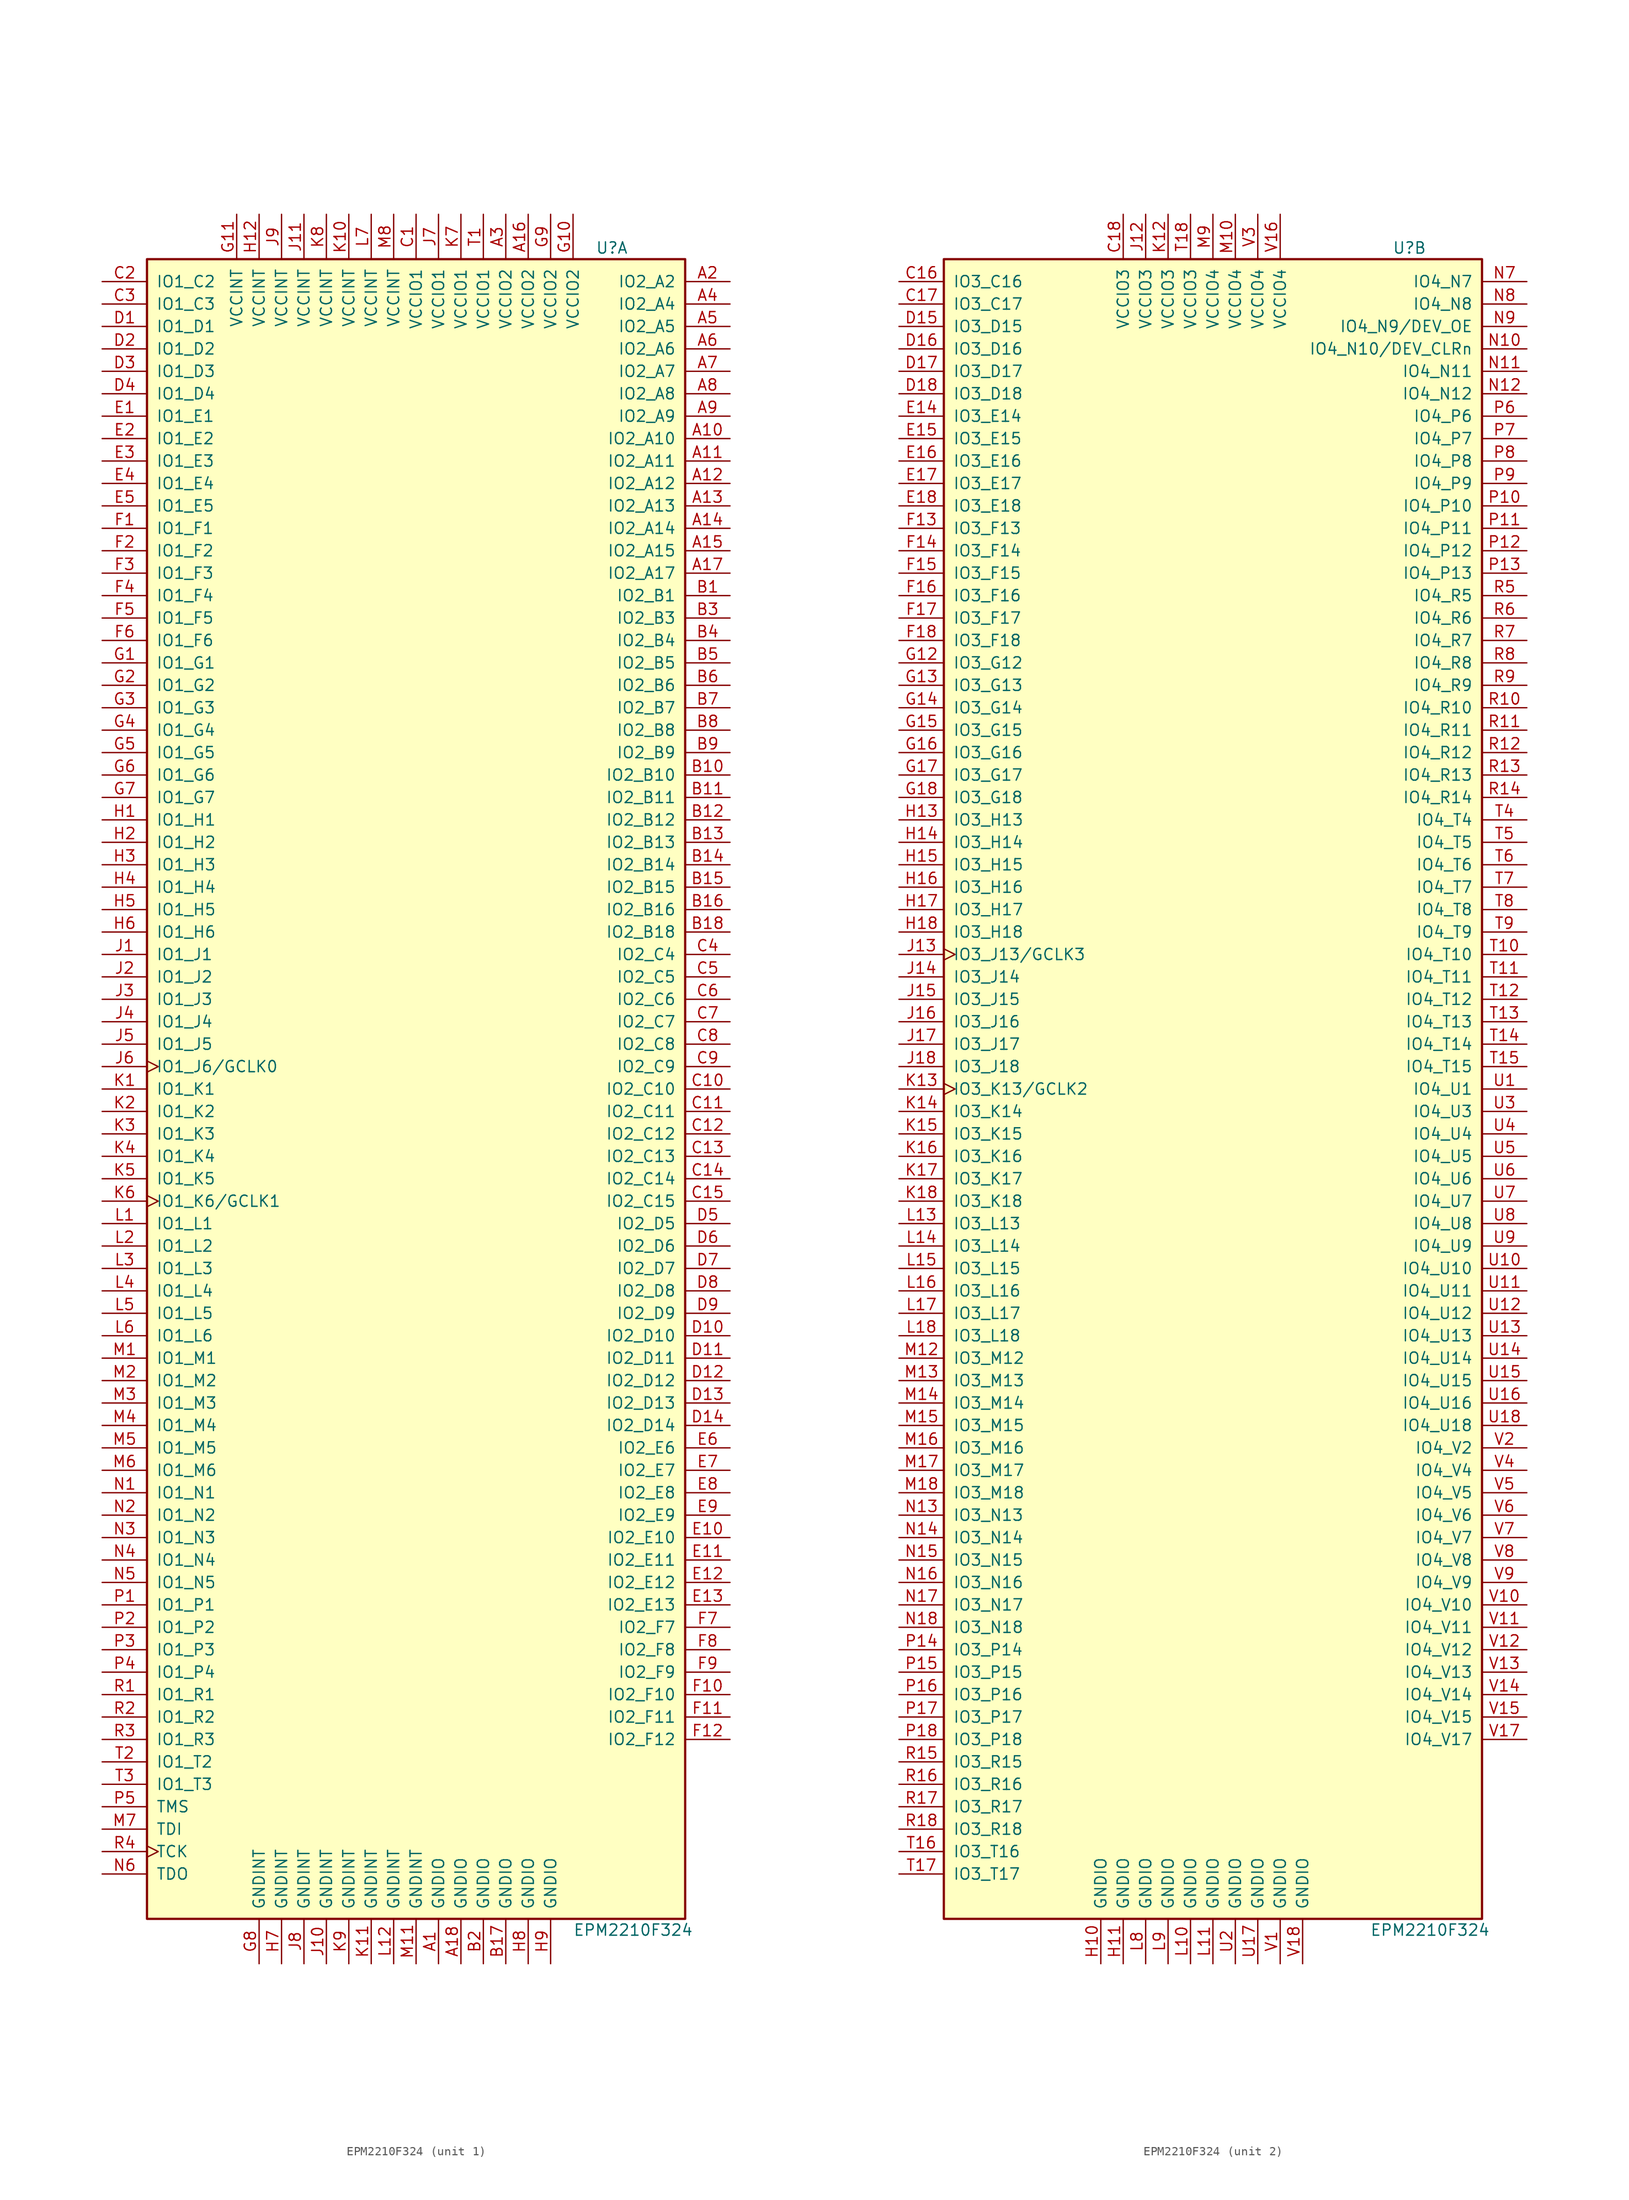
<source format=kicad_sym>
(kicad_symbol_lib
  (version 20201005)
  (generator kicad_symbol_editor)
  (symbol "CPLD_Altera:EPM2210F324"
    (pin_names
      (offset 1.016))
    (property "Reference" "U"
      (at 20.32 95.25 0)
      (effects (font (size 1.27 1.27)) (justify left)))
    (property "Value" "EPM2210F324"
      (at 17.78 -95.25 0)
      (effects (font (size 1.27 1.27)) (justify left)))
    (property "ki_locked" ""
      (at 0 0 0)
      (effects (font (size 1.27 1.27))))
    (symbol "EPM2210F324_1_1"
      (rectangle (start -30.48 93.98) (end 30.48 -93.98) (stroke (width 0.254)) (fill (type background)))
      (pin bidirectional line (at 35.56 91.44 180) (length 5.08) (name "IO2_A2" (effects (font (size 1.27 1.27)))) (number "A2" (effects (font (size 1.27 1.27)))))
      (pin bidirectional line (at 35.56 88.9 180) (length 5.08) (name "IO2_A4" (effects (font (size 1.27 1.27)))) (number "A4" (effects (font (size 1.27 1.27)))))
      (pin bidirectional line (at 35.56 86.36 180) (length 5.08) (name "IO2_A5" (effects (font (size 1.27 1.27)))) (number "A5" (effects (font (size 1.27 1.27)))))
      (pin bidirectional line (at 35.56 83.82 180) (length 5.08) (name "IO2_A6" (effects (font (size 1.27 1.27)))) (number "A6" (effects (font (size 1.27 1.27)))))
      (pin bidirectional line (at 35.56 81.28 180) (length 5.08) (name "IO2_A7" (effects (font (size 1.27 1.27)))) (number "A7" (effects (font (size 1.27 1.27)))))
      (pin bidirectional line (at 35.56 78.74 180) (length 5.08) (name "IO2_A8" (effects (font (size 1.27 1.27)))) (number "A8" (effects (font (size 1.27 1.27)))))
      (pin bidirectional line (at 35.56 76.2 180) (length 5.08) (name "IO2_A9" (effects (font (size 1.27 1.27)))) (number "A9" (effects (font (size 1.27 1.27)))))
      (pin bidirectional line (at 35.56 73.66 180) (length 5.08) (name "IO2_A10" (effects (font (size 1.27 1.27)))) (number "A10" (effects (font (size 1.27 1.27)))))
      (pin bidirectional line (at 35.56 71.12 180) (length 5.08) (name "IO2_A11" (effects (font (size 1.27 1.27)))) (number "A11" (effects (font (size 1.27 1.27)))))
      (pin bidirectional line (at 35.56 68.58 180) (length 5.08) (name "IO2_A12" (effects (font (size 1.27 1.27)))) (number "A12" (effects (font (size 1.27 1.27)))))
      (pin bidirectional line (at 35.56 66.04 180) (length 5.08) (name "IO2_A13" (effects (font (size 1.27 1.27)))) (number "A13" (effects (font (size 1.27 1.27)))))
      (pin bidirectional line (at 35.56 63.5 180) (length 5.08) (name "IO2_A14" (effects (font (size 1.27 1.27)))) (number "A14" (effects (font (size 1.27 1.27)))))
      (pin bidirectional line (at 35.56 60.96 180) (length 5.08) (name "IO2_A15" (effects (font (size 1.27 1.27)))) (number "A15" (effects (font (size 1.27 1.27)))))
      (pin bidirectional line (at 35.56 58.42 180) (length 5.08) (name "IO2_A17" (effects (font (size 1.27 1.27)))) (number "A17" (effects (font (size 1.27 1.27)))))
      (pin bidirectional line (at 35.56 55.88 180) (length 5.08) (name "IO2_B1" (effects (font (size 1.27 1.27)))) (number "B1" (effects (font (size 1.27 1.27)))))
      (pin bidirectional line (at 35.56 53.34 180) (length 5.08) (name "IO2_B3" (effects (font (size 1.27 1.27)))) (number "B3" (effects (font (size 1.27 1.27)))))
      (pin bidirectional line (at 35.56 50.8 180) (length 5.08) (name "IO2_B4" (effects (font (size 1.27 1.27)))) (number "B4" (effects (font (size 1.27 1.27)))))
      (pin bidirectional line (at 35.56 48.26 180) (length 5.08) (name "IO2_B5" (effects (font (size 1.27 1.27)))) (number "B5" (effects (font (size 1.27 1.27)))))
      (pin bidirectional line (at 35.56 45.72 180) (length 5.08) (name "IO2_B6" (effects (font (size 1.27 1.27)))) (number "B6" (effects (font (size 1.27 1.27)))))
      (pin bidirectional line (at 35.56 43.18 180) (length 5.08) (name "IO2_B7" (effects (font (size 1.27 1.27)))) (number "B7" (effects (font (size 1.27 1.27)))))
      (pin bidirectional line (at 35.56 40.64 180) (length 5.08) (name "IO2_B8" (effects (font (size 1.27 1.27)))) (number "B8" (effects (font (size 1.27 1.27)))))
      (pin bidirectional line (at 35.56 38.1 180) (length 5.08) (name "IO2_B9" (effects (font (size 1.27 1.27)))) (number "B9" (effects (font (size 1.27 1.27)))))
      (pin bidirectional line (at 35.56 35.56 180) (length 5.08) (name "IO2_B10" (effects (font (size 1.27 1.27)))) (number "B10" (effects (font (size 1.27 1.27)))))
      (pin bidirectional line (at 35.56 33.02 180) (length 5.08) (name "IO2_B11" (effects (font (size 1.27 1.27)))) (number "B11" (effects (font (size 1.27 1.27)))))
      (pin bidirectional line (at 35.56 30.48 180) (length 5.08) (name "IO2_B12" (effects (font (size 1.27 1.27)))) (number "B12" (effects (font (size 1.27 1.27)))))
      (pin bidirectional line (at 35.56 27.94 180) (length 5.08) (name "IO2_B13" (effects (font (size 1.27 1.27)))) (number "B13" (effects (font (size 1.27 1.27)))))
      (pin bidirectional line (at 35.56 25.4 180) (length 5.08) (name "IO2_B14" (effects (font (size 1.27 1.27)))) (number "B14" (effects (font (size 1.27 1.27)))))
      (pin bidirectional line (at 35.56 22.86 180) (length 5.08) (name "IO2_B15" (effects (font (size 1.27 1.27)))) (number "B15" (effects (font (size 1.27 1.27)))))
      (pin bidirectional line (at 35.56 20.32 180) (length 5.08) (name "IO2_B16" (effects (font (size 1.27 1.27)))) (number "B16" (effects (font (size 1.27 1.27)))))
      (pin bidirectional line (at 35.56 17.78 180) (length 5.08) (name "IO2_B18" (effects (font (size 1.27 1.27)))) (number "B18" (effects (font (size 1.27 1.27)))))
      (pin bidirectional line (at -35.56 91.44 0) (length 5.08) (name "IO1_C2" (effects (font (size 1.27 1.27)))) (number "C2" (effects (font (size 1.27 1.27)))))
      (pin bidirectional line (at -35.56 88.9 0) (length 5.08) (name "IO1_C3" (effects (font (size 1.27 1.27)))) (number "C3" (effects (font (size 1.27 1.27)))))
      (pin bidirectional line (at 35.56 15.24 180) (length 5.08) (name "IO2_C4" (effects (font (size 1.27 1.27)))) (number "C4" (effects (font (size 1.27 1.27)))))
      (pin bidirectional line (at 35.56 12.7 180) (length 5.08) (name "IO2_C5" (effects (font (size 1.27 1.27)))) (number "C5" (effects (font (size 1.27 1.27)))))
      (pin bidirectional line (at 35.56 10.16 180) (length 5.08) (name "IO2_C6" (effects (font (size 1.27 1.27)))) (number "C6" (effects (font (size 1.27 1.27)))))
      (pin bidirectional line (at 35.56 7.62 180) (length 5.08) (name "IO2_C7" (effects (font (size 1.27 1.27)))) (number "C7" (effects (font (size 1.27 1.27)))))
      (pin bidirectional line (at 35.56 5.08 180) (length 5.08) (name "IO2_C8" (effects (font (size 1.27 1.27)))) (number "C8" (effects (font (size 1.27 1.27)))))
      (pin bidirectional line (at 35.56 2.54 180) (length 5.08) (name "IO2_C9" (effects (font (size 1.27 1.27)))) (number "C9" (effects (font (size 1.27 1.27)))))
      (pin bidirectional line (at 35.56 0 180) (length 5.08) (name "IO2_C10" (effects (font (size 1.27 1.27)))) (number "C10" (effects (font (size 1.27 1.27)))))
      (pin bidirectional line (at 35.56 -2.54 180) (length 5.08) (name "IO2_C11" (effects (font (size 1.27 1.27)))) (number "C11" (effects (font (size 1.27 1.27)))))
      (pin bidirectional line (at 35.56 -5.08 180) (length 5.08) (name "IO2_C12" (effects (font (size 1.27 1.27)))) (number "C12" (effects (font (size 1.27 1.27)))))
      (pin bidirectional line (at 35.56 -7.62 180) (length 5.08) (name "IO2_C13" (effects (font (size 1.27 1.27)))) (number "C13" (effects (font (size 1.27 1.27)))))
      (pin bidirectional line (at 35.56 -10.16 180) (length 5.08) (name "IO2_C14" (effects (font (size 1.27 1.27)))) (number "C14" (effects (font (size 1.27 1.27)))))
      (pin bidirectional line (at 35.56 -12.7 180) (length 5.08) (name "IO2_C15" (effects (font (size 1.27 1.27)))) (number "C15" (effects (font (size 1.27 1.27)))))
      (pin bidirectional line (at -35.56 86.36 0) (length 5.08) (name "IO1_D1" (effects (font (size 1.27 1.27)))) (number "D1" (effects (font (size 1.27 1.27)))))
      (pin bidirectional line (at -35.56 83.82 0) (length 5.08) (name "IO1_D2" (effects (font (size 1.27 1.27)))) (number "D2" (effects (font (size 1.27 1.27)))))
      (pin bidirectional line (at -35.56 81.28 0) (length 5.08) (name "IO1_D3" (effects (font (size 1.27 1.27)))) (number "D3" (effects (font (size 1.27 1.27)))))
      (pin bidirectional line (at -35.56 78.74 0) (length 5.08) (name "IO1_D4" (effects (font (size 1.27 1.27)))) (number "D4" (effects (font (size 1.27 1.27)))))
      (pin bidirectional line (at 35.56 -15.24 180) (length 5.08) (name "IO2_D5" (effects (font (size 1.27 1.27)))) (number "D5" (effects (font (size 1.27 1.27)))))
      (pin bidirectional line (at 35.56 -17.78 180) (length 5.08) (name "IO2_D6" (effects (font (size 1.27 1.27)))) (number "D6" (effects (font (size 1.27 1.27)))))
      (pin bidirectional line (at 35.56 -20.32 180) (length 5.08) (name "IO2_D7" (effects (font (size 1.27 1.27)))) (number "D7" (effects (font (size 1.27 1.27)))))
      (pin bidirectional line (at 35.56 -22.86 180) (length 5.08) (name "IO2_D8" (effects (font (size 1.27 1.27)))) (number "D8" (effects (font (size 1.27 1.27)))))
      (pin bidirectional line (at 35.56 -25.4 180) (length 5.08) (name "IO2_D9" (effects (font (size 1.27 1.27)))) (number "D9" (effects (font (size 1.27 1.27)))))
      (pin bidirectional line (at 35.56 -27.94 180) (length 5.08) (name "IO2_D10" (effects (font (size 1.27 1.27)))) (number "D10" (effects (font (size 1.27 1.27)))))
      (pin bidirectional line (at 35.56 -30.48 180) (length 5.08) (name "IO2_D11" (effects (font (size 1.27 1.27)))) (number "D11" (effects (font (size 1.27 1.27)))))
      (pin bidirectional line (at 35.56 -33.02 180) (length 5.08) (name "IO2_D12" (effects (font (size 1.27 1.27)))) (number "D12" (effects (font (size 1.27 1.27)))))
      (pin bidirectional line (at 35.56 -35.56 180) (length 5.08) (name "IO2_D13" (effects (font (size 1.27 1.27)))) (number "D13" (effects (font (size 1.27 1.27)))))
      (pin bidirectional line (at 35.56 -38.1 180) (length 5.08) (name "IO2_D14" (effects (font (size 1.27 1.27)))) (number "D14" (effects (font (size 1.27 1.27)))))
      (pin bidirectional line (at -35.56 76.2 0) (length 5.08) (name "IO1_E1" (effects (font (size 1.27 1.27)))) (number "E1" (effects (font (size 1.27 1.27)))))
      (pin bidirectional line (at -35.56 73.66 0) (length 5.08) (name "IO1_E2" (effects (font (size 1.27 1.27)))) (number "E2" (effects (font (size 1.27 1.27)))))
      (pin bidirectional line (at -35.56 71.12 0) (length 5.08) (name "IO1_E3" (effects (font (size 1.27 1.27)))) (number "E3" (effects (font (size 1.27 1.27)))))
      (pin bidirectional line (at -35.56 68.58 0) (length 5.08) (name "IO1_E4" (effects (font (size 1.27 1.27)))) (number "E4" (effects (font (size 1.27 1.27)))))
      (pin bidirectional line (at -35.56 66.04 0) (length 5.08) (name "IO1_E5" (effects (font (size 1.27 1.27)))) (number "E5" (effects (font (size 1.27 1.27)))))
      (pin bidirectional line (at 35.56 -40.64 180) (length 5.08) (name "IO2_E6" (effects (font (size 1.27 1.27)))) (number "E6" (effects (font (size 1.27 1.27)))))
      (pin bidirectional line (at 35.56 -43.18 180) (length 5.08) (name "IO2_E7" (effects (font (size 1.27 1.27)))) (number "E7" (effects (font (size 1.27 1.27)))))
      (pin bidirectional line (at 35.56 -45.72 180) (length 5.08) (name "IO2_E8" (effects (font (size 1.27 1.27)))) (number "E8" (effects (font (size 1.27 1.27)))))
      (pin bidirectional line (at 35.56 -48.26 180) (length 5.08) (name "IO2_E9" (effects (font (size 1.27 1.27)))) (number "E9" (effects (font (size 1.27 1.27)))))
      (pin bidirectional line (at 35.56 -50.8 180) (length 5.08) (name "IO2_E10" (effects (font (size 1.27 1.27)))) (number "E10" (effects (font (size 1.27 1.27)))))
      (pin bidirectional line (at 35.56 -53.34 180) (length 5.08) (name "IO2_E11" (effects (font (size 1.27 1.27)))) (number "E11" (effects (font (size 1.27 1.27)))))
      (pin bidirectional line (at 35.56 -55.88 180) (length 5.08) (name "IO2_E12" (effects (font (size 1.27 1.27)))) (number "E12" (effects (font (size 1.27 1.27)))))
      (pin bidirectional line (at 35.56 -58.42 180) (length 5.08) (name "IO2_E13" (effects (font (size 1.27 1.27)))) (number "E13" (effects (font (size 1.27 1.27)))))
      (pin bidirectional line (at -35.56 63.5 0) (length 5.08) (name "IO1_F1" (effects (font (size 1.27 1.27)))) (number "F1" (effects (font (size 1.27 1.27)))))
      (pin bidirectional line (at -35.56 60.96 0) (length 5.08) (name "IO1_F2" (effects (font (size 1.27 1.27)))) (number "F2" (effects (font (size 1.27 1.27)))))
      (pin bidirectional line (at -35.56 58.42 0) (length 5.08) (name "IO1_F3" (effects (font (size 1.27 1.27)))) (number "F3" (effects (font (size 1.27 1.27)))))
      (pin bidirectional line (at -35.56 55.88 0) (length 5.08) (name "IO1_F4" (effects (font (size 1.27 1.27)))) (number "F4" (effects (font (size 1.27 1.27)))))
      (pin bidirectional line (at -35.56 53.34 0) (length 5.08) (name "IO1_F5" (effects (font (size 1.27 1.27)))) (number "F5" (effects (font (size 1.27 1.27)))))
      (pin bidirectional line (at -35.56 50.8 0) (length 5.08) (name "IO1_F6" (effects (font (size 1.27 1.27)))) (number "F6" (effects (font (size 1.27 1.27)))))
      (pin bidirectional line (at 35.56 -60.96 180) (length 5.08) (name "IO2_F7" (effects (font (size 1.27 1.27)))) (number "F7" (effects (font (size 1.27 1.27)))))
      (pin bidirectional line (at 35.56 -63.5 180) (length 5.08) (name "IO2_F8" (effects (font (size 1.27 1.27)))) (number "F8" (effects (font (size 1.27 1.27)))))
      (pin bidirectional line (at 35.56 -66.04 180) (length 5.08) (name "IO2_F9" (effects (font (size 1.27 1.27)))) (number "F9" (effects (font (size 1.27 1.27)))))
      (pin bidirectional line (at 35.56 -68.58 180) (length 5.08) (name "IO2_F10" (effects (font (size 1.27 1.27)))) (number "F10" (effects (font (size 1.27 1.27)))))
      (pin bidirectional line (at 35.56 -71.12 180) (length 5.08) (name "IO2_F11" (effects (font (size 1.27 1.27)))) (number "F11" (effects (font (size 1.27 1.27)))))
      (pin bidirectional line (at 35.56 -73.66 180) (length 5.08) (name "IO2_F12" (effects (font (size 1.27 1.27)))) (number "F12" (effects (font (size 1.27 1.27)))))
      (pin bidirectional line (at -35.56 48.26 0) (length 5.08) (name "IO1_G1" (effects (font (size 1.27 1.27)))) (number "G1" (effects (font (size 1.27 1.27)))))
      (pin bidirectional line (at -35.56 45.72 0) (length 5.08) (name "IO1_G2" (effects (font (size 1.27 1.27)))) (number "G2" (effects (font (size 1.27 1.27)))))
      (pin bidirectional line (at -35.56 43.18 0) (length 5.08) (name "IO1_G3" (effects (font (size 1.27 1.27)))) (number "G3" (effects (font (size 1.27 1.27)))))
      (pin bidirectional line (at -35.56 40.64 0) (length 5.08) (name "IO1_G4" (effects (font (size 1.27 1.27)))) (number "G4" (effects (font (size 1.27 1.27)))))
      (pin bidirectional line (at -35.56 38.1 0) (length 5.08) (name "IO1_G5" (effects (font (size 1.27 1.27)))) (number "G5" (effects (font (size 1.27 1.27)))))
      (pin bidirectional line (at -35.56 35.56 0) (length 5.08) (name "IO1_G6" (effects (font (size 1.27 1.27)))) (number "G6" (effects (font (size 1.27 1.27)))))
      (pin bidirectional line (at -35.56 33.02 0) (length 5.08) (name "IO1_G7" (effects (font (size 1.27 1.27)))) (number "G7" (effects (font (size 1.27 1.27)))))
      (pin bidirectional line (at -35.56 30.48 0) (length 5.08) (name "IO1_H1" (effects (font (size 1.27 1.27)))) (number "H1" (effects (font (size 1.27 1.27)))))
      (pin bidirectional line (at -35.56 27.94 0) (length 5.08) (name "IO1_H2" (effects (font (size 1.27 1.27)))) (number "H2" (effects (font (size 1.27 1.27)))))
      (pin bidirectional line (at -35.56 25.4 0) (length 5.08) (name "IO1_H3" (effects (font (size 1.27 1.27)))) (number "H3" (effects (font (size 1.27 1.27)))))
      (pin bidirectional line (at -35.56 22.86 0) (length 5.08) (name "IO1_H4" (effects (font (size 1.27 1.27)))) (number "H4" (effects (font (size 1.27 1.27)))))
      (pin bidirectional line (at -35.56 20.32 0) (length 5.08) (name "IO1_H5" (effects (font (size 1.27 1.27)))) (number "H5" (effects (font (size 1.27 1.27)))))
      (pin bidirectional line (at -35.56 17.78 0) (length 5.08) (name "IO1_H6" (effects (font (size 1.27 1.27)))) (number "H6" (effects (font (size 1.27 1.27)))))
      (pin bidirectional line (at -35.56 15.24 0) (length 5.08) (name "IO1_J1" (effects (font (size 1.27 1.27)))) (number "J1" (effects (font (size 1.27 1.27)))))
      (pin bidirectional line (at -35.56 12.7 0) (length 5.08) (name "IO1_J2" (effects (font (size 1.27 1.27)))) (number "J2" (effects (font (size 1.27 1.27)))))
      (pin bidirectional line (at -35.56 10.16 0) (length 5.08) (name "IO1_J3" (effects (font (size 1.27 1.27)))) (number "J3" (effects (font (size 1.27 1.27)))))
      (pin bidirectional line (at -35.56 7.62 0) (length 5.08) (name "IO1_J4" (effects (font (size 1.27 1.27)))) (number "J4" (effects (font (size 1.27 1.27)))))
      (pin bidirectional line (at -35.56 5.08 0) (length 5.08) (name "IO1_J5" (effects (font (size 1.27 1.27)))) (number "J5" (effects (font (size 1.27 1.27)))))
      (pin bidirectional clock (at -35.56 2.54 0) (length 5.08) (name "IO1_J6/GCLK0" (effects (font (size 1.27 1.27)))) (number "J6" (effects (font (size 1.27 1.27)))))
      (pin bidirectional line (at -35.56 0 0) (length 5.08) (name "IO1_K1" (effects (font (size 1.27 1.27)))) (number "K1" (effects (font (size 1.27 1.27)))))
      (pin bidirectional line (at -35.56 -2.54 0) (length 5.08) (name "IO1_K2" (effects (font (size 1.27 1.27)))) (number "K2" (effects (font (size 1.27 1.27)))))
      (pin bidirectional line (at -35.56 -5.08 0) (length 5.08) (name "IO1_K3" (effects (font (size 1.27 1.27)))) (number "K3" (effects (font (size 1.27 1.27)))))
      (pin bidirectional line (at -35.56 -7.62 0) (length 5.08) (name "IO1_K4" (effects (font (size 1.27 1.27)))) (number "K4" (effects (font (size 1.27 1.27)))))
      (pin bidirectional line (at -35.56 -10.16 0) (length 5.08) (name "IO1_K5" (effects (font (size 1.27 1.27)))) (number "K5" (effects (font (size 1.27 1.27)))))
      (pin bidirectional clock (at -35.56 -12.7 0) (length 5.08) (name "IO1_K6/GCLK1" (effects (font (size 1.27 1.27)))) (number "K6" (effects (font (size 1.27 1.27)))))
      (pin bidirectional line (at -35.56 -15.24 0) (length 5.08) (name "IO1_L1" (effects (font (size 1.27 1.27)))) (number "L1" (effects (font (size 1.27 1.27)))))
      (pin bidirectional line (at -35.56 -17.78 0) (length 5.08) (name "IO1_L2" (effects (font (size 1.27 1.27)))) (number "L2" (effects (font (size 1.27 1.27)))))
      (pin bidirectional line (at -35.56 -20.32 0) (length 5.08) (name "IO1_L3" (effects (font (size 1.27 1.27)))) (number "L3" (effects (font (size 1.27 1.27)))))
      (pin bidirectional line (at -35.56 -22.86 0) (length 5.08) (name "IO1_L4" (effects (font (size 1.27 1.27)))) (number "L4" (effects (font (size 1.27 1.27)))))
      (pin bidirectional line (at -35.56 -25.4 0) (length 5.08) (name "IO1_L5" (effects (font (size 1.27 1.27)))) (number "L5" (effects (font (size 1.27 1.27)))))
      (pin bidirectional line (at -35.56 -27.94 0) (length 5.08) (name "IO1_L6" (effects (font (size 1.27 1.27)))) (number "L6" (effects (font (size 1.27 1.27)))))
      (pin bidirectional line (at -35.56 -30.48 0) (length 5.08) (name "IO1_M1" (effects (font (size 1.27 1.27)))) (number "M1" (effects (font (size 1.27 1.27)))))
      (pin bidirectional line (at -35.56 -33.02 0) (length 5.08) (name "IO1_M2" (effects (font (size 1.27 1.27)))) (number "M2" (effects (font (size 1.27 1.27)))))
      (pin bidirectional line (at -35.56 -35.56 0) (length 5.08) (name "IO1_M3" (effects (font (size 1.27 1.27)))) (number "M3" (effects (font (size 1.27 1.27)))))
      (pin bidirectional line (at -35.56 -38.1 0) (length 5.08) (name "IO1_M4" (effects (font (size 1.27 1.27)))) (number "M4" (effects (font (size 1.27 1.27)))))
      (pin bidirectional line (at -35.56 -40.64 0) (length 5.08) (name "IO1_M5" (effects (font (size 1.27 1.27)))) (number "M5" (effects (font (size 1.27 1.27)))))
      (pin bidirectional line (at -35.56 -43.18 0) (length 5.08) (name "IO1_M6" (effects (font (size 1.27 1.27)))) (number "M6" (effects (font (size 1.27 1.27)))))
      (pin bidirectional line (at -35.56 -45.72 0) (length 5.08) (name "IO1_N1" (effects (font (size 1.27 1.27)))) (number "N1" (effects (font (size 1.27 1.27)))))
      (pin bidirectional line (at -35.56 -48.26 0) (length 5.08) (name "IO1_N2" (effects (font (size 1.27 1.27)))) (number "N2" (effects (font (size 1.27 1.27)))))
      (pin bidirectional line (at -35.56 -50.8 0) (length 5.08) (name "IO1_N3" (effects (font (size 1.27 1.27)))) (number "N3" (effects (font (size 1.27 1.27)))))
      (pin bidirectional line (at -35.56 -53.34 0) (length 5.08) (name "IO1_N4" (effects (font (size 1.27 1.27)))) (number "N4" (effects (font (size 1.27 1.27)))))
      (pin bidirectional line (at -35.56 -55.88 0) (length 5.08) (name "IO1_N5" (effects (font (size 1.27 1.27)))) (number "N5" (effects (font (size 1.27 1.27)))))
      (pin bidirectional line (at -35.56 -58.42 0) (length 5.08) (name "IO1_P1" (effects (font (size 1.27 1.27)))) (number "P1" (effects (font (size 1.27 1.27)))))
      (pin bidirectional line (at -35.56 -60.96 0) (length 5.08) (name "IO1_P2" (effects (font (size 1.27 1.27)))) (number "P2" (effects (font (size 1.27 1.27)))))
      (pin bidirectional line (at -35.56 -63.5 0) (length 5.08) (name "IO1_P3" (effects (font (size 1.27 1.27)))) (number "P3" (effects (font (size 1.27 1.27)))))
      (pin bidirectional line (at -35.56 -66.04 0) (length 5.08) (name "IO1_P4" (effects (font (size 1.27 1.27)))) (number "P4" (effects (font (size 1.27 1.27)))))
      (pin bidirectional line (at -35.56 -68.58 0) (length 5.08) (name "IO1_R1" (effects (font (size 1.27 1.27)))) (number "R1" (effects (font (size 1.27 1.27)))))
      (pin bidirectional line (at -35.56 -71.12 0) (length 5.08) (name "IO1_R2" (effects (font (size 1.27 1.27)))) (number "R2" (effects (font (size 1.27 1.27)))))
      (pin bidirectional line (at -35.56 -73.66 0) (length 5.08) (name "IO1_R3" (effects (font (size 1.27 1.27)))) (number "R3" (effects (font (size 1.27 1.27)))))
      (pin bidirectional line (at -35.56 -76.2 0) (length 5.08) (name "IO1_T2" (effects (font (size 1.27 1.27)))) (number "T2" (effects (font (size 1.27 1.27)))))
      (pin bidirectional line (at -35.56 -78.74 0) (length 5.08) (name "IO1_T3" (effects (font (size 1.27 1.27)))) (number "T3" (effects (font (size 1.27 1.27)))))
      (pin input line (at -35.56 -81.28 0) (length 5.08) (name "TMS" (effects (font (size 1.27 1.27)))) (number "P5" (effects (font (size 1.27 1.27)))))
      (pin input line (at -35.56 -83.82 0) (length 5.08) (name "TDI" (effects (font (size 1.27 1.27)))) (number "M7" (effects (font (size 1.27 1.27)))))
      (pin input clock (at -35.56 -86.36 0) (length 5.08) (name "TCK" (effects (font (size 1.27 1.27)))) (number "R4" (effects (font (size 1.27 1.27)))))
      (pin output line (at -35.56 -88.9 0) (length 5.08) (name "TDO" (effects (font (size 1.27 1.27)))) (number "N6" (effects (font (size 1.27 1.27)))))
      (pin power_in line (at -17.78 -99.06 90) (length 5.08) (name "GNDINT" (effects (font (size 1.27 1.27)))) (number "G8" (effects (font (size 1.27 1.27)))))
      (pin power_in line (at -15.24 -99.06 90) (length 5.08) (name "GNDINT" (effects (font (size 1.27 1.27)))) (number "H7" (effects (font (size 1.27 1.27)))))
      (pin power_in line (at -12.7 -99.06 90) (length 5.08) (name "GNDINT" (effects (font (size 1.27 1.27)))) (number "J8" (effects (font (size 1.27 1.27)))))
      (pin power_in line (at -10.16 -99.06 90) (length 5.08) (name "GNDINT" (effects (font (size 1.27 1.27)))) (number "J10" (effects (font (size 1.27 1.27)))))
      (pin power_in line (at -7.62 -99.06 90) (length 5.08) (name "GNDINT" (effects (font (size 1.27 1.27)))) (number "K9" (effects (font (size 1.27 1.27)))))
      (pin power_in line (at -5.08 -99.06 90) (length 5.08) (name "GNDINT" (effects (font (size 1.27 1.27)))) (number "K11" (effects (font (size 1.27 1.27)))))
      (pin power_in line (at -2.54 -99.06 90) (length 5.08) (name "GNDINT" (effects (font (size 1.27 1.27)))) (number "L12" (effects (font (size 1.27 1.27)))))
      (pin power_in line (at 0 -99.06 90) (length 5.08) (name "GNDINT" (effects (font (size 1.27 1.27)))) (number "M11" (effects (font (size 1.27 1.27)))))
      (pin power_in line (at 2.54 -99.06 90) (length 5.08) (name "GNDIO" (effects (font (size 1.27 1.27)))) (number "A1" (effects (font (size 1.27 1.27)))))
      (pin power_in line (at 5.08 -99.06 90) (length 5.08) (name "GNDIO" (effects (font (size 1.27 1.27)))) (number "A18" (effects (font (size 1.27 1.27)))))
      (pin power_in line (at 7.62 -99.06 90) (length 5.08) (name "GNDIO" (effects (font (size 1.27 1.27)))) (number "B2" (effects (font (size 1.27 1.27)))))
      (pin power_in line (at 10.16 -99.06 90) (length 5.08) (name "GNDIO" (effects (font (size 1.27 1.27)))) (number "B17" (effects (font (size 1.27 1.27)))))
      (pin power_in line (at 12.7 -99.06 90) (length 5.08) (name "GNDIO" (effects (font (size 1.27 1.27)))) (number "H8" (effects (font (size 1.27 1.27)))))
      (pin power_in line (at 15.24 -99.06 90) (length 5.08) (name "GNDIO" (effects (font (size 1.27 1.27)))) (number "H9" (effects (font (size 1.27 1.27)))))
      (pin power_in line (at -20.32 99.06 270) (length 5.08) (name "VCCINT" (effects (font (size 1.27 1.27)))) (number "G11" (effects (font (size 1.27 1.27)))))
      (pin power_in line (at -17.78 99.06 270) (length 5.08) (name "VCCINT" (effects (font (size 1.27 1.27)))) (number "H12" (effects (font (size 1.27 1.27)))))
      (pin power_in line (at -15.24 99.06 270) (length 5.08) (name "VCCINT" (effects (font (size 1.27 1.27)))) (number "J9" (effects (font (size 1.27 1.27)))))
      (pin power_in line (at -12.7 99.06 270) (length 5.08) (name "VCCINT" (effects (font (size 1.27 1.27)))) (number "J11" (effects (font (size 1.27 1.27)))))
      (pin power_in line (at -10.16 99.06 270) (length 5.08) (name "VCCINT" (effects (font (size 1.27 1.27)))) (number "K8" (effects (font (size 1.27 1.27)))))
      (pin power_in line (at -7.62 99.06 270) (length 5.08) (name "VCCINT" (effects (font (size 1.27 1.27)))) (number "K10" (effects (font (size 1.27 1.27)))))
      (pin power_in line (at -5.08 99.06 270) (length 5.08) (name "VCCINT" (effects (font (size 1.27 1.27)))) (number "L7" (effects (font (size 1.27 1.27)))))
      (pin power_in line (at -2.54 99.06 270) (length 5.08) (name "VCCINT" (effects (font (size 1.27 1.27)))) (number "M8" (effects (font (size 1.27 1.27)))))
      (pin power_in line (at 0 99.06 270) (length 5.08) (name "VCCIO1" (effects (font (size 1.27 1.27)))) (number "C1" (effects (font (size 1.27 1.27)))))
      (pin power_in line (at 2.54 99.06 270) (length 5.08) (name "VCCIO1" (effects (font (size 1.27 1.27)))) (number "J7" (effects (font (size 1.27 1.27)))))
      (pin power_in line (at 5.08 99.06 270) (length 5.08) (name "VCCIO1" (effects (font (size 1.27 1.27)))) (number "K7" (effects (font (size 1.27 1.27)))))
      (pin power_in line (at 7.62 99.06 270) (length 5.08) (name "VCCIO1" (effects (font (size 1.27 1.27)))) (number "T1" (effects (font (size 1.27 1.27)))))
      (pin power_in line (at 10.16 99.06 270) (length 5.08) (name "VCCIO2" (effects (font (size 1.27 1.27)))) (number "A3" (effects (font (size 1.27 1.27)))))
      (pin power_in line (at 12.7 99.06 270) (length 5.08) (name "VCCIO2" (effects (font (size 1.27 1.27)))) (number "A16" (effects (font (size 1.27 1.27)))))
      (pin power_in line (at 15.24 99.06 270) (length 5.08) (name "VCCIO2" (effects (font (size 1.27 1.27)))) (number "G9" (effects (font (size 1.27 1.27)))))
      (pin power_in line (at 17.78 99.06 270) (length 5.08) (name "VCCIO2" (effects (font (size 1.27 1.27)))) (number "G10" (effects (font (size 1.27 1.27))))))
    (symbol "EPM2210F324_2_1"
      (rectangle (start -30.48 93.98) (end 30.48 -93.98) (stroke (width 0.254)) (fill (type background)))
      (pin bidirectional line (at -35.56 91.44 0) (length 5.08) (name "IO3_C16" (effects (font (size 1.27 1.27)))) (number "C16" (effects (font (size 1.27 1.27)))))
      (pin bidirectional line (at -35.56 88.9 0) (length 5.08) (name "IO3_C17" (effects (font (size 1.27 1.27)))) (number "C17" (effects (font (size 1.27 1.27)))))
      (pin bidirectional line (at -35.56 86.36 0) (length 5.08) (name "IO3_D15" (effects (font (size 1.27 1.27)))) (number "D15" (effects (font (size 1.27 1.27)))))
      (pin bidirectional line (at -35.56 83.82 0) (length 5.08) (name "IO3_D16" (effects (font (size 1.27 1.27)))) (number "D16" (effects (font (size 1.27 1.27)))))
      (pin bidirectional line (at -35.56 81.28 0) (length 5.08) (name "IO3_D17" (effects (font (size 1.27 1.27)))) (number "D17" (effects (font (size 1.27 1.27)))))
      (pin bidirectional line (at -35.56 78.74 0) (length 5.08) (name "IO3_D18" (effects (font (size 1.27 1.27)))) (number "D18" (effects (font (size 1.27 1.27)))))
      (pin bidirectional line (at -35.56 76.2 0) (length 5.08) (name "IO3_E14" (effects (font (size 1.27 1.27)))) (number "E14" (effects (font (size 1.27 1.27)))))
      (pin bidirectional line (at -35.56 73.66 0) (length 5.08) (name "IO3_E15" (effects (font (size 1.27 1.27)))) (number "E15" (effects (font (size 1.27 1.27)))))
      (pin bidirectional line (at -35.56 71.12 0) (length 5.08) (name "IO3_E16" (effects (font (size 1.27 1.27)))) (number "E16" (effects (font (size 1.27 1.27)))))
      (pin bidirectional line (at -35.56 68.58 0) (length 5.08) (name "IO3_E17" (effects (font (size 1.27 1.27)))) (number "E17" (effects (font (size 1.27 1.27)))))
      (pin bidirectional line (at -35.56 66.04 0) (length 5.08) (name "IO3_E18" (effects (font (size 1.27 1.27)))) (number "E18" (effects (font (size 1.27 1.27)))))
      (pin bidirectional line (at -35.56 63.5 0) (length 5.08) (name "IO3_F13" (effects (font (size 1.27 1.27)))) (number "F13" (effects (font (size 1.27 1.27)))))
      (pin bidirectional line (at -35.56 60.96 0) (length 5.08) (name "IO3_F14" (effects (font (size 1.27 1.27)))) (number "F14" (effects (font (size 1.27 1.27)))))
      (pin bidirectional line (at -35.56 58.42 0) (length 5.08) (name "IO3_F15" (effects (font (size 1.27 1.27)))) (number "F15" (effects (font (size 1.27 1.27)))))
      (pin bidirectional line (at -35.56 55.88 0) (length 5.08) (name "IO3_F16" (effects (font (size 1.27 1.27)))) (number "F16" (effects (font (size 1.27 1.27)))))
      (pin bidirectional line (at -35.56 53.34 0) (length 5.08) (name "IO3_F17" (effects (font (size 1.27 1.27)))) (number "F17" (effects (font (size 1.27 1.27)))))
      (pin bidirectional line (at -35.56 50.8 0) (length 5.08) (name "IO3_F18" (effects (font (size 1.27 1.27)))) (number "F18" (effects (font (size 1.27 1.27)))))
      (pin bidirectional line (at -35.56 48.26 0) (length 5.08) (name "IO3_G12" (effects (font (size 1.27 1.27)))) (number "G12" (effects (font (size 1.27 1.27)))))
      (pin bidirectional line (at -35.56 45.72 0) (length 5.08) (name "IO3_G13" (effects (font (size 1.27 1.27)))) (number "G13" (effects (font (size 1.27 1.27)))))
      (pin bidirectional line (at -35.56 43.18 0) (length 5.08) (name "IO3_G14" (effects (font (size 1.27 1.27)))) (number "G14" (effects (font (size 1.27 1.27)))))
      (pin bidirectional line (at -35.56 40.64 0) (length 5.08) (name "IO3_G15" (effects (font (size 1.27 1.27)))) (number "G15" (effects (font (size 1.27 1.27)))))
      (pin bidirectional line (at -35.56 38.1 0) (length 5.08) (name "IO3_G16" (effects (font (size 1.27 1.27)))) (number "G16" (effects (font (size 1.27 1.27)))))
      (pin bidirectional line (at -35.56 35.56 0) (length 5.08) (name "IO3_G17" (effects (font (size 1.27 1.27)))) (number "G17" (effects (font (size 1.27 1.27)))))
      (pin bidirectional line (at -35.56 33.02 0) (length 5.08) (name "IO3_G18" (effects (font (size 1.27 1.27)))) (number "G18" (effects (font (size 1.27 1.27)))))
      (pin bidirectional line (at -35.56 30.48 0) (length 5.08) (name "IO3_H13" (effects (font (size 1.27 1.27)))) (number "H13" (effects (font (size 1.27 1.27)))))
      (pin bidirectional line (at -35.56 27.94 0) (length 5.08) (name "IO3_H14" (effects (font (size 1.27 1.27)))) (number "H14" (effects (font (size 1.27 1.27)))))
      (pin bidirectional line (at -35.56 25.4 0) (length 5.08) (name "IO3_H15" (effects (font (size 1.27 1.27)))) (number "H15" (effects (font (size 1.27 1.27)))))
      (pin bidirectional line (at -35.56 22.86 0) (length 5.08) (name "IO3_H16" (effects (font (size 1.27 1.27)))) (number "H16" (effects (font (size 1.27 1.27)))))
      (pin bidirectional line (at -35.56 20.32 0) (length 5.08) (name "IO3_H17" (effects (font (size 1.27 1.27)))) (number "H17" (effects (font (size 1.27 1.27)))))
      (pin bidirectional line (at -35.56 17.78 0) (length 5.08) (name "IO3_H18" (effects (font (size 1.27 1.27)))) (number "H18" (effects (font (size 1.27 1.27)))))
      (pin bidirectional clock (at -35.56 15.24 0) (length 5.08) (name "IO3_J13/GCLK3" (effects (font (size 1.27 1.27)))) (number "J13" (effects (font (size 1.27 1.27)))))
      (pin bidirectional line (at -35.56 12.7 0) (length 5.08) (name "IO3_J14" (effects (font (size 1.27 1.27)))) (number "J14" (effects (font (size 1.27 1.27)))))
      (pin bidirectional line (at -35.56 10.16 0) (length 5.08) (name "IO3_J15" (effects (font (size 1.27 1.27)))) (number "J15" (effects (font (size 1.27 1.27)))))
      (pin bidirectional line (at -35.56 7.62 0) (length 5.08) (name "IO3_J16" (effects (font (size 1.27 1.27)))) (number "J16" (effects (font (size 1.27 1.27)))))
      (pin bidirectional line (at -35.56 5.08 0) (length 5.08) (name "IO3_J17" (effects (font (size 1.27 1.27)))) (number "J17" (effects (font (size 1.27 1.27)))))
      (pin bidirectional line (at -35.56 2.54 0) (length 5.08) (name "IO3_J18" (effects (font (size 1.27 1.27)))) (number "J18" (effects (font (size 1.27 1.27)))))
      (pin bidirectional clock (at -35.56 0 0) (length 5.08) (name "IO3_K13/GCLK2" (effects (font (size 1.27 1.27)))) (number "K13" (effects (font (size 1.27 1.27)))))
      (pin bidirectional line (at -35.56 -2.54 0) (length 5.08) (name "IO3_K14" (effects (font (size 1.27 1.27)))) (number "K14" (effects (font (size 1.27 1.27)))))
      (pin bidirectional line (at -35.56 -5.08 0) (length 5.08) (name "IO3_K15" (effects (font (size 1.27 1.27)))) (number "K15" (effects (font (size 1.27 1.27)))))
      (pin bidirectional line (at -35.56 -7.62 0) (length 5.08) (name "IO3_K16" (effects (font (size 1.27 1.27)))) (number "K16" (effects (font (size 1.27 1.27)))))
      (pin bidirectional line (at -35.56 -10.16 0) (length 5.08) (name "IO3_K17" (effects (font (size 1.27 1.27)))) (number "K17" (effects (font (size 1.27 1.27)))))
      (pin bidirectional line (at -35.56 -12.7 0) (length 5.08) (name "IO3_K18" (effects (font (size 1.27 1.27)))) (number "K18" (effects (font (size 1.27 1.27)))))
      (pin bidirectional line (at -35.56 -15.24 0) (length 5.08) (name "IO3_L13" (effects (font (size 1.27 1.27)))) (number "L13" (effects (font (size 1.27 1.27)))))
      (pin bidirectional line (at -35.56 -17.78 0) (length 5.08) (name "IO3_L14" (effects (font (size 1.27 1.27)))) (number "L14" (effects (font (size 1.27 1.27)))))
      (pin bidirectional line (at -35.56 -20.32 0) (length 5.08) (name "IO3_L15" (effects (font (size 1.27 1.27)))) (number "L15" (effects (font (size 1.27 1.27)))))
      (pin bidirectional line (at -35.56 -22.86 0) (length 5.08) (name "IO3_L16" (effects (font (size 1.27 1.27)))) (number "L16" (effects (font (size 1.27 1.27)))))
      (pin bidirectional line (at -35.56 -25.4 0) (length 5.08) (name "IO3_L17" (effects (font (size 1.27 1.27)))) (number "L17" (effects (font (size 1.27 1.27)))))
      (pin bidirectional line (at -35.56 -27.94 0) (length 5.08) (name "IO3_L18" (effects (font (size 1.27 1.27)))) (number "L18" (effects (font (size 1.27 1.27)))))
      (pin bidirectional line (at -35.56 -30.48 0) (length 5.08) (name "IO3_M12" (effects (font (size 1.27 1.27)))) (number "M12" (effects (font (size 1.27 1.27)))))
      (pin bidirectional line (at -35.56 -33.02 0) (length 5.08) (name "IO3_M13" (effects (font (size 1.27 1.27)))) (number "M13" (effects (font (size 1.27 1.27)))))
      (pin bidirectional line (at -35.56 -35.56 0) (length 5.08) (name "IO3_M14" (effects (font (size 1.27 1.27)))) (number "M14" (effects (font (size 1.27 1.27)))))
      (pin bidirectional line (at -35.56 -38.1 0) (length 5.08) (name "IO3_M15" (effects (font (size 1.27 1.27)))) (number "M15" (effects (font (size 1.27 1.27)))))
      (pin bidirectional line (at -35.56 -40.64 0) (length 5.08) (name "IO3_M16" (effects (font (size 1.27 1.27)))) (number "M16" (effects (font (size 1.27 1.27)))))
      (pin bidirectional line (at -35.56 -43.18 0) (length 5.08) (name "IO3_M17" (effects (font (size 1.27 1.27)))) (number "M17" (effects (font (size 1.27 1.27)))))
      (pin bidirectional line (at -35.56 -45.72 0) (length 5.08) (name "IO3_M18" (effects (font (size 1.27 1.27)))) (number "M18" (effects (font (size 1.27 1.27)))))
      (pin bidirectional line (at 35.56 91.44 180) (length 5.08) (name "IO4_N7" (effects (font (size 1.27 1.27)))) (number "N7" (effects (font (size 1.27 1.27)))))
      (pin bidirectional line (at 35.56 88.9 180) (length 5.08) (name "IO4_N8" (effects (font (size 1.27 1.27)))) (number "N8" (effects (font (size 1.27 1.27)))))
      (pin bidirectional line (at 35.56 86.36 180) (length 5.08) (name "IO4_N9/DEV_OE" (effects (font (size 1.27 1.27)))) (number "N9" (effects (font (size 1.27 1.27)))))
      (pin bidirectional line (at 35.56 83.82 180) (length 5.08) (name "IO4_N10/DEV_CLRn" (effects (font (size 1.27 1.27)))) (number "N10" (effects (font (size 1.27 1.27)))))
      (pin bidirectional line (at 35.56 81.28 180) (length 5.08) (name "IO4_N11" (effects (font (size 1.27 1.27)))) (number "N11" (effects (font (size 1.27 1.27)))))
      (pin bidirectional line (at 35.56 78.74 180) (length 5.08) (name "IO4_N12" (effects (font (size 1.27 1.27)))) (number "N12" (effects (font (size 1.27 1.27)))))
      (pin bidirectional line (at -35.56 -48.26 0) (length 5.08) (name "IO3_N13" (effects (font (size 1.27 1.27)))) (number "N13" (effects (font (size 1.27 1.27)))))
      (pin bidirectional line (at -35.56 -50.8 0) (length 5.08) (name "IO3_N14" (effects (font (size 1.27 1.27)))) (number "N14" (effects (font (size 1.27 1.27)))))
      (pin bidirectional line (at -35.56 -53.34 0) (length 5.08) (name "IO3_N15" (effects (font (size 1.27 1.27)))) (number "N15" (effects (font (size 1.27 1.27)))))
      (pin bidirectional line (at -35.56 -55.88 0) (length 5.08) (name "IO3_N16" (effects (font (size 1.27 1.27)))) (number "N16" (effects (font (size 1.27 1.27)))))
      (pin bidirectional line (at -35.56 -58.42 0) (length 5.08) (name "IO3_N17" (effects (font (size 1.27 1.27)))) (number "N17" (effects (font (size 1.27 1.27)))))
      (pin bidirectional line (at -35.56 -60.96 0) (length 5.08) (name "IO3_N18" (effects (font (size 1.27 1.27)))) (number "N18" (effects (font (size 1.27 1.27)))))
      (pin bidirectional line (at 35.56 76.2 180) (length 5.08) (name "IO4_P6" (effects (font (size 1.27 1.27)))) (number "P6" (effects (font (size 1.27 1.27)))))
      (pin bidirectional line (at 35.56 73.66 180) (length 5.08) (name "IO4_P7" (effects (font (size 1.27 1.27)))) (number "P7" (effects (font (size 1.27 1.27)))))
      (pin bidirectional line (at 35.56 71.12 180) (length 5.08) (name "IO4_P8" (effects (font (size 1.27 1.27)))) (number "P8" (effects (font (size 1.27 1.27)))))
      (pin bidirectional line (at 35.56 68.58 180) (length 5.08) (name "IO4_P9" (effects (font (size 1.27 1.27)))) (number "P9" (effects (font (size 1.27 1.27)))))
      (pin bidirectional line (at 35.56 66.04 180) (length 5.08) (name "IO4_P10" (effects (font (size 1.27 1.27)))) (number "P10" (effects (font (size 1.27 1.27)))))
      (pin bidirectional line (at 35.56 63.5 180) (length 5.08) (name "IO4_P11" (effects (font (size 1.27 1.27)))) (number "P11" (effects (font (size 1.27 1.27)))))
      (pin bidirectional line (at 35.56 60.96 180) (length 5.08) (name "IO4_P12" (effects (font (size 1.27 1.27)))) (number "P12" (effects (font (size 1.27 1.27)))))
      (pin bidirectional line (at 35.56 58.42 180) (length 5.08) (name "IO4_P13" (effects (font (size 1.27 1.27)))) (number "P13" (effects (font (size 1.27 1.27)))))
      (pin bidirectional line (at -35.56 -63.5 0) (length 5.08) (name "IO3_P14" (effects (font (size 1.27 1.27)))) (number "P14" (effects (font (size 1.27 1.27)))))
      (pin bidirectional line (at -35.56 -66.04 0) (length 5.08) (name "IO3_P15" (effects (font (size 1.27 1.27)))) (number "P15" (effects (font (size 1.27 1.27)))))
      (pin bidirectional line (at -35.56 -68.58 0) (length 5.08) (name "IO3_P16" (effects (font (size 1.27 1.27)))) (number "P16" (effects (font (size 1.27 1.27)))))
      (pin bidirectional line (at -35.56 -71.12 0) (length 5.08) (name "IO3_P17" (effects (font (size 1.27 1.27)))) (number "P17" (effects (font (size 1.27 1.27)))))
      (pin bidirectional line (at -35.56 -73.66 0) (length 5.08) (name "IO3_P18" (effects (font (size 1.27 1.27)))) (number "P18" (effects (font (size 1.27 1.27)))))
      (pin bidirectional line (at 35.56 55.88 180) (length 5.08) (name "IO4_R5" (effects (font (size 1.27 1.27)))) (number "R5" (effects (font (size 1.27 1.27)))))
      (pin bidirectional line (at 35.56 53.34 180) (length 5.08) (name "IO4_R6" (effects (font (size 1.27 1.27)))) (number "R6" (effects (font (size 1.27 1.27)))))
      (pin bidirectional line (at 35.56 50.8 180) (length 5.08) (name "IO4_R7" (effects (font (size 1.27 1.27)))) (number "R7" (effects (font (size 1.27 1.27)))))
      (pin bidirectional line (at 35.56 48.26 180) (length 5.08) (name "IO4_R8" (effects (font (size 1.27 1.27)))) (number "R8" (effects (font (size 1.27 1.27)))))
      (pin bidirectional line (at 35.56 45.72 180) (length 5.08) (name "IO4_R9" (effects (font (size 1.27 1.27)))) (number "R9" (effects (font (size 1.27 1.27)))))
      (pin bidirectional line (at 35.56 43.18 180) (length 5.08) (name "IO4_R10" (effects (font (size 1.27 1.27)))) (number "R10" (effects (font (size 1.27 1.27)))))
      (pin bidirectional line (at 35.56 40.64 180) (length 5.08) (name "IO4_R11" (effects (font (size 1.27 1.27)))) (number "R11" (effects (font (size 1.27 1.27)))))
      (pin bidirectional line (at 35.56 38.1 180) (length 5.08) (name "IO4_R12" (effects (font (size 1.27 1.27)))) (number "R12" (effects (font (size 1.27 1.27)))))
      (pin bidirectional line (at 35.56 35.56 180) (length 5.08) (name "IO4_R13" (effects (font (size 1.27 1.27)))) (number "R13" (effects (font (size 1.27 1.27)))))
      (pin bidirectional line (at 35.56 33.02 180) (length 5.08) (name "IO4_R14" (effects (font (size 1.27 1.27)))) (number "R14" (effects (font (size 1.27 1.27)))))
      (pin bidirectional line (at -35.56 -76.2 0) (length 5.08) (name "IO3_R15" (effects (font (size 1.27 1.27)))) (number "R15" (effects (font (size 1.27 1.27)))))
      (pin bidirectional line (at -35.56 -78.74 0) (length 5.08) (name "IO3_R16" (effects (font (size 1.27 1.27)))) (number "R16" (effects (font (size 1.27 1.27)))))
      (pin bidirectional line (at -35.56 -81.28 0) (length 5.08) (name "IO3_R17" (effects (font (size 1.27 1.27)))) (number "R17" (effects (font (size 1.27 1.27)))))
      (pin bidirectional line (at -35.56 -83.82 0) (length 5.08) (name "IO3_R18" (effects (font (size 1.27 1.27)))) (number "R18" (effects (font (size 1.27 1.27)))))
      (pin bidirectional line (at 35.56 30.48 180) (length 5.08) (name "IO4_T4" (effects (font (size 1.27 1.27)))) (number "T4" (effects (font (size 1.27 1.27)))))
      (pin bidirectional line (at 35.56 27.94 180) (length 5.08) (name "IO4_T5" (effects (font (size 1.27 1.27)))) (number "T5" (effects (font (size 1.27 1.27)))))
      (pin bidirectional line (at 35.56 25.4 180) (length 5.08) (name "IO4_T6" (effects (font (size 1.27 1.27)))) (number "T6" (effects (font (size 1.27 1.27)))))
      (pin bidirectional line (at 35.56 22.86 180) (length 5.08) (name "IO4_T7" (effects (font (size 1.27 1.27)))) (number "T7" (effects (font (size 1.27 1.27)))))
      (pin bidirectional line (at 35.56 20.32 180) (length 5.08) (name "IO4_T8" (effects (font (size 1.27 1.27)))) (number "T8" (effects (font (size 1.27 1.27)))))
      (pin bidirectional line (at 35.56 17.78 180) (length 5.08) (name "IO4_T9" (effects (font (size 1.27 1.27)))) (number "T9" (effects (font (size 1.27 1.27)))))
      (pin bidirectional line (at 35.56 15.24 180) (length 5.08) (name "IO4_T10" (effects (font (size 1.27 1.27)))) (number "T10" (effects (font (size 1.27 1.27)))))
      (pin bidirectional line (at 35.56 12.7 180) (length 5.08) (name "IO4_T11" (effects (font (size 1.27 1.27)))) (number "T11" (effects (font (size 1.27 1.27)))))
      (pin bidirectional line (at 35.56 10.16 180) (length 5.08) (name "IO4_T12" (effects (font (size 1.27 1.27)))) (number "T12" (effects (font (size 1.27 1.27)))))
      (pin bidirectional line (at 35.56 7.62 180) (length 5.08) (name "IO4_T13" (effects (font (size 1.27 1.27)))) (number "T13" (effects (font (size 1.27 1.27)))))
      (pin bidirectional line (at 35.56 5.08 180) (length 5.08) (name "IO4_T14" (effects (font (size 1.27 1.27)))) (number "T14" (effects (font (size 1.27 1.27)))))
      (pin bidirectional line (at 35.56 2.54 180) (length 5.08) (name "IO4_T15" (effects (font (size 1.27 1.27)))) (number "T15" (effects (font (size 1.27 1.27)))))
      (pin bidirectional line (at -35.56 -86.36 0) (length 5.08) (name "IO3_T16" (effects (font (size 1.27 1.27)))) (number "T16" (effects (font (size 1.27 1.27)))))
      (pin bidirectional line (at -35.56 -88.9 0) (length 5.08) (name "IO3_T17" (effects (font (size 1.27 1.27)))) (number "T17" (effects (font (size 1.27 1.27)))))
      (pin bidirectional line (at 35.56 0 180) (length 5.08) (name "IO4_U1" (effects (font (size 1.27 1.27)))) (number "U1" (effects (font (size 1.27 1.27)))))
      (pin bidirectional line (at 35.56 -2.54 180) (length 5.08) (name "IO4_U3" (effects (font (size 1.27 1.27)))) (number "U3" (effects (font (size 1.27 1.27)))))
      (pin bidirectional line (at 35.56 -5.08 180) (length 5.08) (name "IO4_U4" (effects (font (size 1.27 1.27)))) (number "U4" (effects (font (size 1.27 1.27)))))
      (pin bidirectional line (at 35.56 -7.62 180) (length 5.08) (name "IO4_U5" (effects (font (size 1.27 1.27)))) (number "U5" (effects (font (size 1.27 1.27)))))
      (pin bidirectional line (at 35.56 -10.16 180) (length 5.08) (name "IO4_U6" (effects (font (size 1.27 1.27)))) (number "U6" (effects (font (size 1.27 1.27)))))
      (pin bidirectional line (at 35.56 -12.7 180) (length 5.08) (name "IO4_U7" (effects (font (size 1.27 1.27)))) (number "U7" (effects (font (size 1.27 1.27)))))
      (pin bidirectional line (at 35.56 -15.24 180) (length 5.08) (name "IO4_U8" (effects (font (size 1.27 1.27)))) (number "U8" (effects (font (size 1.27 1.27)))))
      (pin bidirectional line (at 35.56 -17.78 180) (length 5.08) (name "IO4_U9" (effects (font (size 1.27 1.27)))) (number "U9" (effects (font (size 1.27 1.27)))))
      (pin bidirectional line (at 35.56 -20.32 180) (length 5.08) (name "IO4_U10" (effects (font (size 1.27 1.27)))) (number "U10" (effects (font (size 1.27 1.27)))))
      (pin bidirectional line (at 35.56 -22.86 180) (length 5.08) (name "IO4_U11" (effects (font (size 1.27 1.27)))) (number "U11" (effects (font (size 1.27 1.27)))))
      (pin bidirectional line (at 35.56 -25.4 180) (length 5.08) (name "IO4_U12" (effects (font (size 1.27 1.27)))) (number "U12" (effects (font (size 1.27 1.27)))))
      (pin bidirectional line (at 35.56 -27.94 180) (length 5.08) (name "IO4_U13" (effects (font (size 1.27 1.27)))) (number "U13" (effects (font (size 1.27 1.27)))))
      (pin bidirectional line (at 35.56 -30.48 180) (length 5.08) (name "IO4_U14" (effects (font (size 1.27 1.27)))) (number "U14" (effects (font (size 1.27 1.27)))))
      (pin bidirectional line (at 35.56 -33.02 180) (length 5.08) (name "IO4_U15" (effects (font (size 1.27 1.27)))) (number "U15" (effects (font (size 1.27 1.27)))))
      (pin bidirectional line (at 35.56 -35.56 180) (length 5.08) (name "IO4_U16" (effects (font (size 1.27 1.27)))) (number "U16" (effects (font (size 1.27 1.27)))))
      (pin bidirectional line (at 35.56 -38.1 180) (length 5.08) (name "IO4_U18" (effects (font (size 1.27 1.27)))) (number "U18" (effects (font (size 1.27 1.27)))))
      (pin bidirectional line (at 35.56 -40.64 180) (length 5.08) (name "IO4_V2" (effects (font (size 1.27 1.27)))) (number "V2" (effects (font (size 1.27 1.27)))))
      (pin bidirectional line (at 35.56 -43.18 180) (length 5.08) (name "IO4_V4" (effects (font (size 1.27 1.27)))) (number "V4" (effects (font (size 1.27 1.27)))))
      (pin bidirectional line (at 35.56 -45.72 180) (length 5.08) (name "IO4_V5" (effects (font (size 1.27 1.27)))) (number "V5" (effects (font (size 1.27 1.27)))))
      (pin bidirectional line (at 35.56 -48.26 180) (length 5.08) (name "IO4_V6" (effects (font (size 1.27 1.27)))) (number "V6" (effects (font (size 1.27 1.27)))))
      (pin bidirectional line (at 35.56 -50.8 180) (length 5.08) (name "IO4_V7" (effects (font (size 1.27 1.27)))) (number "V7" (effects (font (size 1.27 1.27)))))
      (pin bidirectional line (at 35.56 -53.34 180) (length 5.08) (name "IO4_V8" (effects (font (size 1.27 1.27)))) (number "V8" (effects (font (size 1.27 1.27)))))
      (pin bidirectional line (at 35.56 -55.88 180) (length 5.08) (name "IO4_V9" (effects (font (size 1.27 1.27)))) (number "V9" (effects (font (size 1.27 1.27)))))
      (pin bidirectional line (at 35.56 -58.42 180) (length 5.08) (name "IO4_V10" (effects (font (size 1.27 1.27)))) (number "V10" (effects (font (size 1.27 1.27)))))
      (pin bidirectional line (at 35.56 -60.96 180) (length 5.08) (name "IO4_V11" (effects (font (size 1.27 1.27)))) (number "V11" (effects (font (size 1.27 1.27)))))
      (pin bidirectional line (at 35.56 -63.5 180) (length 5.08) (name "IO4_V12" (effects (font (size 1.27 1.27)))) (number "V12" (effects (font (size 1.27 1.27)))))
      (pin bidirectional line (at 35.56 -66.04 180) (length 5.08) (name "IO4_V13" (effects (font (size 1.27 1.27)))) (number "V13" (effects (font (size 1.27 1.27)))))
      (pin bidirectional line (at 35.56 -68.58 180) (length 5.08) (name "IO4_V14" (effects (font (size 1.27 1.27)))) (number "V14" (effects (font (size 1.27 1.27)))))
      (pin bidirectional line (at 35.56 -71.12 180) (length 5.08) (name "IO4_V15" (effects (font (size 1.27 1.27)))) (number "V15" (effects (font (size 1.27 1.27)))))
      (pin bidirectional line (at 35.56 -73.66 180) (length 5.08) (name "IO4_V17" (effects (font (size 1.27 1.27)))) (number "V17" (effects (font (size 1.27 1.27)))))
      (pin power_in line (at -12.7 -99.06 90) (length 5.08) (name "GNDIO" (effects (font (size 1.27 1.27)))) (number "H10" (effects (font (size 1.27 1.27)))))
      (pin power_in line (at -10.16 -99.06 90) (length 5.08) (name "GNDIO" (effects (font (size 1.27 1.27)))) (number "H11" (effects (font (size 1.27 1.27)))))
      (pin power_in line (at -7.62 -99.06 90) (length 5.08) (name "GNDIO" (effects (font (size 1.27 1.27)))) (number "L8" (effects (font (size 1.27 1.27)))))
      (pin power_in line (at -5.08 -99.06 90) (length 5.08) (name "GNDIO" (effects (font (size 1.27 1.27)))) (number "L9" (effects (font (size 1.27 1.27)))))
      (pin power_in line (at -2.54 -99.06 90) (length 5.08) (name "GNDIO" (effects (font (size 1.27 1.27)))) (number "L10" (effects (font (size 1.27 1.27)))))
      (pin power_in line (at 0 -99.06 90) (length 5.08) (name "GNDIO" (effects (font (size 1.27 1.27)))) (number "L11" (effects (font (size 1.27 1.27)))))
      (pin power_in line (at 2.54 -99.06 90) (length 5.08) (name "GNDIO" (effects (font (size 1.27 1.27)))) (number "U2" (effects (font (size 1.27 1.27)))))
      (pin power_in line (at 5.08 -99.06 90) (length 5.08) (name "GNDIO" (effects (font (size 1.27 1.27)))) (number "U17" (effects (font (size 1.27 1.27)))))
      (pin power_in line (at 7.62 -99.06 90) (length 5.08) (name "GNDIO" (effects (font (size 1.27 1.27)))) (number "V1" (effects (font (size 1.27 1.27)))))
      (pin power_in line (at 10.16 -99.06 90) (length 5.08) (name "GNDIO" (effects (font (size 1.27 1.27)))) (number "V18" (effects (font (size 1.27 1.27)))))
      (pin power_in line (at -10.16 99.06 270) (length 5.08) (name "VCCIO3" (effects (font (size 1.27 1.27)))) (number "C18" (effects (font (size 1.27 1.27)))))
      (pin power_in line (at -7.62 99.06 270) (length 5.08) (name "VCCIO3" (effects (font (size 1.27 1.27)))) (number "J12" (effects (font (size 1.27 1.27)))))
      (pin power_in line (at -5.08 99.06 270) (length 5.08) (name "VCCIO3" (effects (font (size 1.27 1.27)))) (number "K12" (effects (font (size 1.27 1.27)))))
      (pin power_in line (at -2.54 99.06 270) (length 5.08) (name "VCCIO3" (effects (font (size 1.27 1.27)))) (number "T18" (effects (font (size 1.27 1.27)))))
      (pin power_in line (at 0 99.06 270) (length 5.08) (name "VCCIO4" (effects (font (size 1.27 1.27)))) (number "M9" (effects (font (size 1.27 1.27)))))
      (pin power_in line (at 2.54 99.06 270) (length 5.08) (name "VCCIO4" (effects (font (size 1.27 1.27)))) (number "M10" (effects (font (size 1.27 1.27)))))
      (pin power_in line (at 5.08 99.06 270) (length 5.08) (name "VCCIO4" (effects (font (size 1.27 1.27)))) (number "V3" (effects (font (size 1.27 1.27)))))
      (pin power_in line (at 7.62 99.06 270) (length 5.08) (name "VCCIO4" (effects (font (size 1.27 1.27)))) (number "V16" (effects (font (size 1.27 1.27))))))))
</source>
